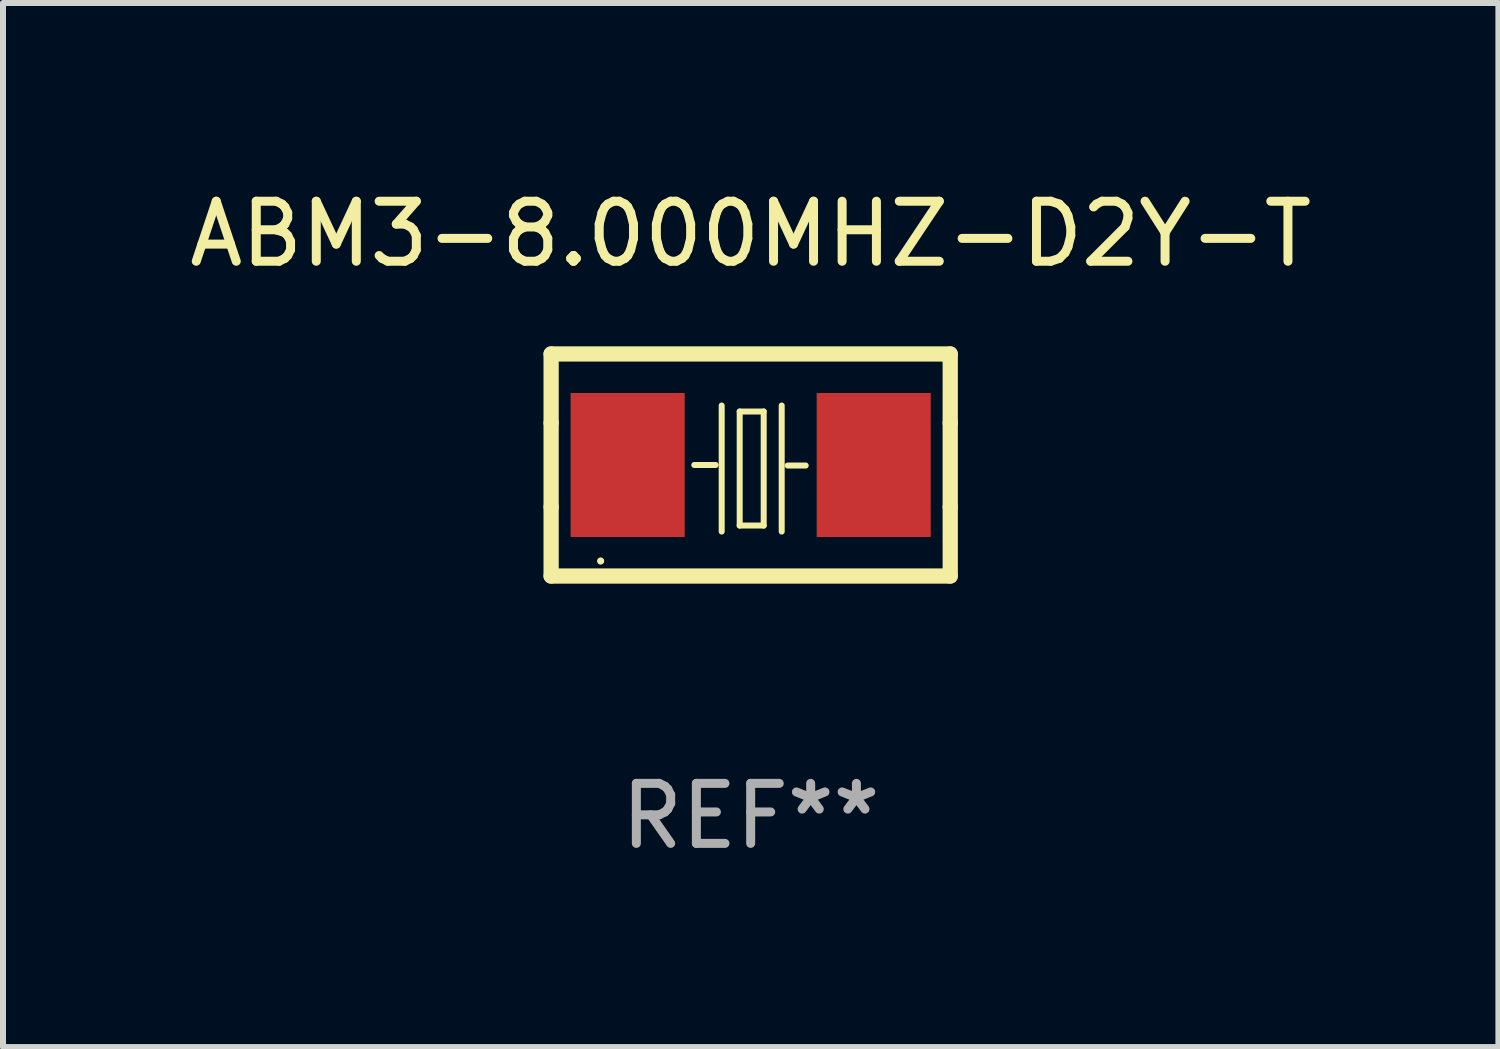
<source format=kicad_pcb>
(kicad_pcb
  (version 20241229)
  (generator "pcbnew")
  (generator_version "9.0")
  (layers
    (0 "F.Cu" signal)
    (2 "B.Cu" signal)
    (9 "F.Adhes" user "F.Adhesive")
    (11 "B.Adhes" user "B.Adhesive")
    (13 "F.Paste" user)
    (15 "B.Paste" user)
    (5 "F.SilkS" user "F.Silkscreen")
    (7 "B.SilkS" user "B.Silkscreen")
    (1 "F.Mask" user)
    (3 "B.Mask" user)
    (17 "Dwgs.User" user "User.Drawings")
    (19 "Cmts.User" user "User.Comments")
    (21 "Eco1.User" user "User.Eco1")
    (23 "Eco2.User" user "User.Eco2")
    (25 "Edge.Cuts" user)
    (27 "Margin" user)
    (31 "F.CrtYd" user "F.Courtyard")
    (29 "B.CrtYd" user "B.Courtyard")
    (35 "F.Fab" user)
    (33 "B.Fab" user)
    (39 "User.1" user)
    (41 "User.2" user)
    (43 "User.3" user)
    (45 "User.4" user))
  (footprint "ABM3-8.000MHZ-D2Y-T"
    (layer "F.Cu")
    (at 9.458 4.698)
    (property "Reference" "ABM3-8.000MHZ-D2Y-T" (at 0 -3.85 0) (layer "F.SilkS") (effects (font (size 1 1) (thickness 0.15))))
    (attr through_hole)
    (fp_line (start -3.325 0.7) (end -3.325 -0.7) (stroke (width 0.254) (type solid)) (layer "F.SilkS"))
    (fp_line (start -3.325 -1.85) (end 3.325 -1.85) (stroke (width 0.254) (type solid)) (layer "F.SilkS"))
    (fp_line (start -3.325 -0.7) (end -3.325 -1.85) (stroke (width 0.254) (type solid)) (layer "F.SilkS"))
    (fp_line (start -3.325 1.85) (end -3.325 0.7) (stroke (width 0.254) (type solid)) (layer "F.SilkS"))
    (fp_line (start -0.94 -0.000127) (end -0.584 -0.000127) (stroke (width 0.1) (type solid)) (layer "F.SilkS"))
    (fp_line (start -0.483 -0.991) (end -0.483 1.109) (stroke (width 0.1) (type solid)) (layer "F.SilkS"))
    (fp_line (start -0.183 -0.891) (end -0.183 1.009) (stroke (width 0.1) (type solid)) (layer "F.SilkS"))
    (fp_line (start -0.183 1.009) (end 0.217 1.009) (stroke (width 0.1) (type solid)) (layer "F.SilkS"))
    (fp_line (start 0.217 -0.891) (end -0.183 -0.891) (stroke (width 0.1) (type solid)) (layer "F.SilkS"))
    (fp_line (start 0.217 1.009) (end 0.217 -0.891) (stroke (width 0.1) (type solid)) (layer "F.SilkS"))
    (fp_line (start 0.517 -0.991) (end 0.517 1.109) (stroke (width 0.1) (type solid)) (layer "F.SilkS"))
    (fp_line (start 0.617 0.009) (end 0.917 0.009) (stroke (width 0.1) (type solid)) (layer "F.SilkS"))
    (fp_line (start 3.325 -1.85) (end 3.325 -0.7) (stroke (width 0.254) (type solid)) (layer "F.SilkS"))
    (fp_line (start 3.325 0.7) (end 3.325 1.85) (stroke (width 0.254) (type solid)) (layer "F.SilkS"))
    (fp_line (start 3.325 1.85) (end -3.325 1.85) (stroke (width 0.254) (type solid)) (layer "F.SilkS"))
    (fp_line (start 3.325 -0.7) (end 3.325 0.7) (stroke (width 0.254) (type solid)) (layer "F.SilkS"))
    (fp_circle (center -2.5 1.6) (end -2.47 1.6) (stroke (width 0.06) (type solid)) (fill no) (layer "F.SilkS"))
    (fp_text user "REF**" (at 0 5.85 0) (layer "F.Fab") (effects (font (size 1 1) (thickness 0.15))))
    (pad "1" smd rect (at -2.05 -0.000127) (size 1.9 2.4) (layers "F.Cu" "F.Mask" "F.Paste"))
    (pad "2" smd rect (at 2.05 -0.000127) (size 1.9 2.4) (layers "F.Cu" "F.Mask" "F.Paste")))
  (gr_rect
    (start -3 -3)
    (end 21.917 14.397)
    (stroke (width 0.1) (type default))
    (fill no)
    (layer "Edge.Cuts")))
</source>
